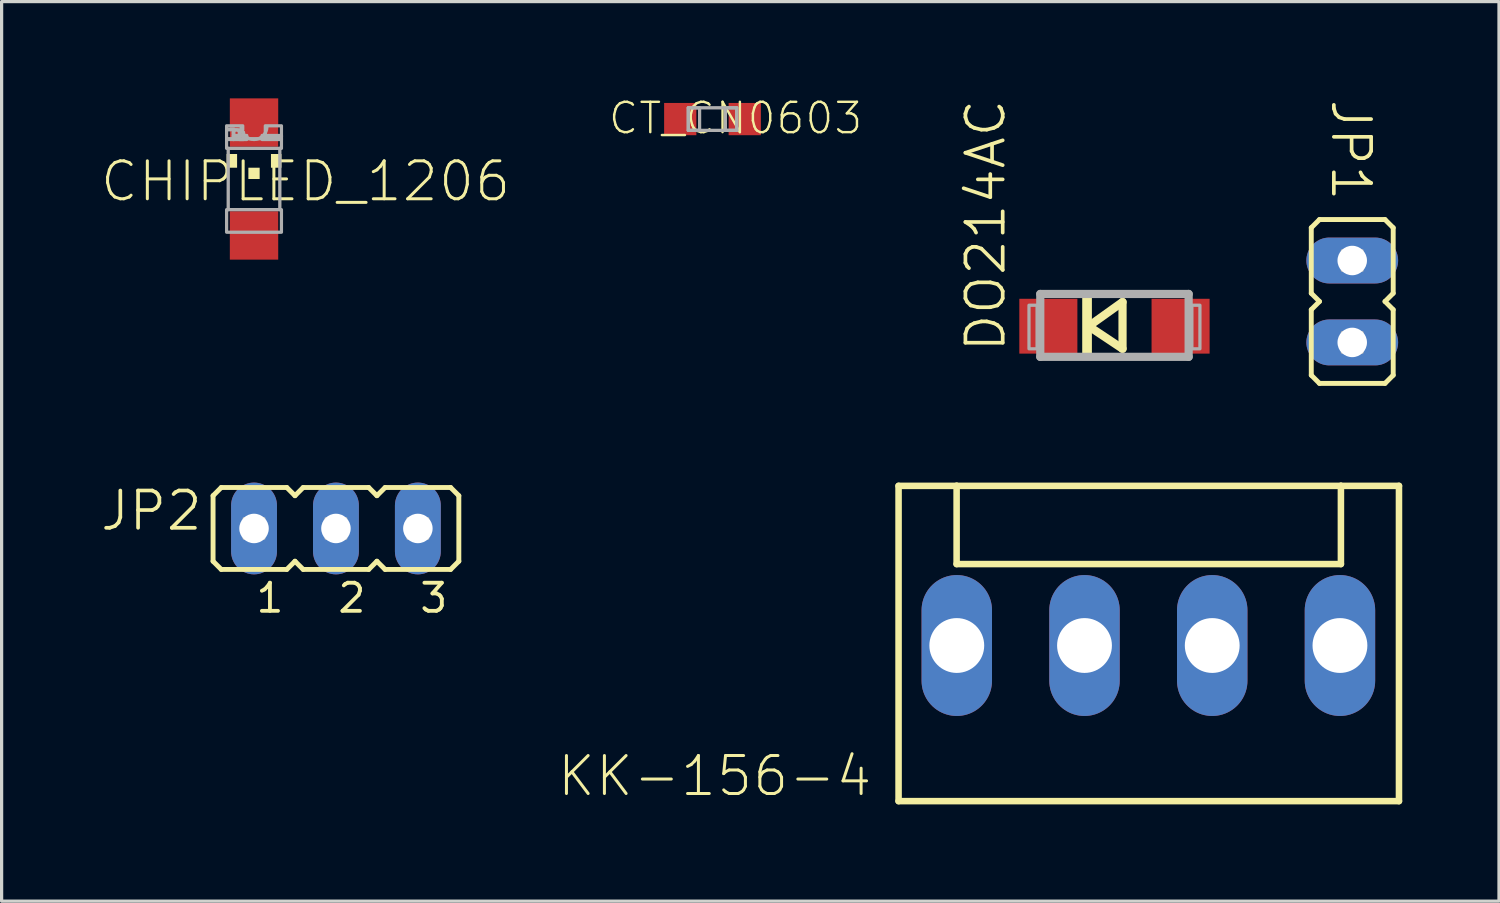
<source format=kicad_pcb>
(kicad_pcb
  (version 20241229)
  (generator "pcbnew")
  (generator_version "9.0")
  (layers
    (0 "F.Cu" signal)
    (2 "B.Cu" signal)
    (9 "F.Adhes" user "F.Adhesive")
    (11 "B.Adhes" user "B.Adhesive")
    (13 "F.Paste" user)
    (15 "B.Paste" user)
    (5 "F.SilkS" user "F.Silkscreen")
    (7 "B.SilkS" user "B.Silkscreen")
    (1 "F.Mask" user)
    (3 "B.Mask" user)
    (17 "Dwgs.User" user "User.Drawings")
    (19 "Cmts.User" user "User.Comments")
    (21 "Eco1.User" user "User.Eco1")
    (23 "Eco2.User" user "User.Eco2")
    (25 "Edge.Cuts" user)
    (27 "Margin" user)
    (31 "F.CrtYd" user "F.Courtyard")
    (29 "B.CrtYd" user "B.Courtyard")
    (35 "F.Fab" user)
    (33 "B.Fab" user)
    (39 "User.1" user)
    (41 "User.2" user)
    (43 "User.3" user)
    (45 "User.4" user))
  (footprint "CT_CN0603"
    (layer "F.Cu")
    (at 19.041 0.642)
    (property "Reference" "CT_CN0603" (at -3.278 0.524 0) (unlocked yes) (layer "F.SilkS") (effects (font (size 0.941 0.941) (thickness 0.075)) (justify left bottom)))
    (fp_line (start -0.75 -0.35) (end 0.75 -0.35) (stroke (width 0.102) (type solid)) (layer "F.Fab"))
    (fp_line (start -0.75 0.35) (end -0.75 -0.35) (stroke (width 0.102) (type solid)) (layer "F.Fab"))
    (fp_line (start 0.75 -0.35) (end 0.75 0.35) (stroke (width 0.102) (type solid)) (layer "F.Fab"))
    (fp_line (start 0.75 0.35) (end -0.75 0.35) (stroke (width 0.102) (type solid)) (layer "F.Fab"))
    (fp_poly (pts (xy -0.75 0.35) (xy -0.4 0.35) (xy -0.4 -0.35) (xy -0.75 -0.35)) (stroke (width 0.1) (type default)) (fill no) (layer "F.Fab"))
    (fp_poly (pts (xy 0.75 -0.35) (xy 0.4 -0.35) (xy 0.4 0.35) (xy 0.75 0.35)) (stroke (width 0.1) (type default)) (fill no) (layer "F.Fab"))
    (pad "1" smd rect (at -1 0) (size 1 1) (layers "F.Cu" "F.Mask" "F.Paste"))
    (pad "2" smd rect (at 1 0) (size 1 1) (layers "F.Cu" "F.Mask" "F.Paste")))
  (footprint "CHIPLED_1206"
    (layer "F.Cu")
    (at 4.826 2.5)
    (property "Reference" "CHIPLED_1206" (at -4.826 0.762 0) (unlocked yes) (layer "F.SilkS") (effects (font (size 1.177 1.177) (thickness 0.093)) (justify left bottom)))
    (fp_poly (pts (xy -0.85 -0.35) (xy -0.525 -0.35) (xy -0.525 -0.775) (xy -0.85 -0.775)) (stroke (width 0) (type default)) (fill yes) (layer "F.SilkS"))
    (fp_poly (pts (xy -0.175 0) (xy 0.175 0) (xy 0.175 -0.35) (xy -0.175 -0.35)) (stroke (width 0) (type default)) (fill yes) (layer "F.SilkS"))
    (fp_poly (pts (xy 0.525 -0.35) (xy 0.85 -0.35) (xy 0.85 -0.775) (xy 0.525 -0.775)) (stroke (width 0) (type default)) (fill yes) (layer "F.SilkS"))
    (fp_line (start -0.8 0.95) (end -0.8 -0.95) (stroke (width 0.102) (type solid)) (layer "F.Fab"))
    (fp_line (start 0.8 -0.95) (end 0.8 0.95) (stroke (width 0.102) (type solid)) (layer "F.Fab"))
    (fp_arc (start 0.4 -1.625) (mid 0 -1.225) (end -0.4 -1.625) (stroke (width 0.1016) (type solid)) (layer "F.Fab"))
    (fp_circle (center -0.55 -1.425) (end -0.45 -1.425) (stroke (width 0.102) (type solid)) (fill no) (layer "F.Fab"))
    (fp_poly (pts (xy -0.85 -1.525) (xy -0.35 -1.525) (xy -0.35 -1.65) (xy -0.85 -1.65)) (stroke (width 0.1) (type default)) (fill no) (layer "F.Fab"))
    (fp_poly (pts (xy -0.85 -1.225) (xy -0.625 -1.225) (xy -0.625 -1.55) (xy -0.85 -1.55)) (stroke (width 0.1) (type default)) (fill no) (layer "F.Fab"))
    (fp_poly (pts (xy -0.85 -0.95) (xy 0.85 -0.95) (xy 0.85 -1.25) (xy -0.85 -1.25)) (stroke (width 0.1) (type default)) (fill no) (layer "F.Fab"))
    (fp_poly (pts (xy -0.85 1.65) (xy 0.85 1.65) (xy 0.85 0.95) (xy -0.85 0.95)) (stroke (width 0.1) (type default)) (fill no) (layer "F.Fab"))
    (fp_poly (pts (xy -0.65 -1.225) (xy -0.225 -1.225) (xy -0.225 -1.35) (xy -0.65 -1.35)) (stroke (width 0.1) (type default)) (fill no) (layer "F.Fab"))
    (fp_poly (pts (xy -0.45 -1.225) (xy -0.325 -1.225) (xy -0.325 -1.45) (xy -0.45 -1.45)) (stroke (width 0.1) (type default)) (fill no) (layer "F.Fab"))
    (fp_poly (pts (xy 0.25 -1.225) (xy 0.85 -1.225) (xy 0.85 -1.35) (xy 0.25 -1.35)) (stroke (width 0.1) (type default)) (fill no) (layer "F.Fab"))
    (fp_poly (pts (xy 0.35 -1.3) (xy 0.85 -1.3) (xy 0.85 -1.65) (xy 0.35 -1.65)) (stroke (width 0.1) (type default)) (fill no) (layer "F.Fab"))
    (pad "A" smd rect (at 0 1.75) (size 1.5 1.5) (layers "F.Cu" "F.Mask" "F.Paste"))
    (pad "C" smd rect (at 0 -1.75) (size 1.5 1.5) (layers "F.Cu" "F.Mask" "F.Paste")))
  (footprint "JP2"
    (layer "F.Cu")
    (at 7.366 13.335)
    (property "Reference" "JP2" (at -7.366 0.127 0) (unlocked yes) (layer "F.SilkS") (effects (font (size 1.156 1.156) (thickness 0.114)) (justify left bottom)))
    (fp_line (start -3.81 -1.016) (end -3.556 -1.27) (stroke (width 0.152) (type solid)) (layer "F.SilkS"))
    (fp_line (start -3.81 1.016) (end -3.81 -1.016) (stroke (width 0.152) (type solid)) (layer "F.SilkS"))
    (fp_line (start -3.81 1.016) (end -3.556 1.27) (stroke (width 0.152) (type solid)) (layer "F.SilkS"))
    (fp_line (start -1.524 -1.27) (end -3.556 -1.27) (stroke (width 0.152) (type solid)) (layer "F.SilkS"))
    (fp_line (start -1.524 -1.27) (end -1.27 -1.016) (stroke (width 0.152) (type solid)) (layer "F.SilkS"))
    (fp_line (start -1.524 1.27) (end -3.556 1.27) (stroke (width 0.152) (type solid)) (layer "F.SilkS"))
    (fp_line (start -1.524 1.27) (end -1.27 1.016) (stroke (width 0.152) (type solid)) (layer "F.SilkS"))
    (fp_line (start -1.27 -1.016) (end -1.016 -1.27) (stroke (width 0.152) (type solid)) (layer "F.SilkS"))
    (fp_line (start -1.27 1.016) (end -1.016 1.27) (stroke (width 0.152) (type solid)) (layer "F.SilkS"))
    (fp_line (start 1.016 -1.27) (end -1.016 -1.27) (stroke (width 0.152) (type solid)) (layer "F.SilkS"))
    (fp_line (start 1.016 -1.27) (end 1.27 -1.016) (stroke (width 0.152) (type solid)) (layer "F.SilkS"))
    (fp_line (start 1.016 1.27) (end -1.016 1.27) (stroke (width 0.152) (type solid)) (layer "F.SilkS"))
    (fp_line (start 1.016 1.27) (end 1.27 1.016) (stroke (width 0.152) (type solid)) (layer "F.SilkS"))
    (fp_line (start 1.27 -1.016) (end 1.524 -1.27) (stroke (width 0.152) (type solid)) (layer "F.SilkS"))
    (fp_line (start 1.27 1.016) (end 1.524 1.27) (stroke (width 0.152) (type solid)) (layer "F.SilkS"))
    (fp_line (start 3.556 -1.27) (end 1.524 -1.27) (stroke (width 0.152) (type solid)) (layer "F.SilkS"))
    (fp_line (start 3.556 -1.27) (end 3.81 -1.016) (stroke (width 0.152) (type solid)) (layer "F.SilkS"))
    (fp_line (start 3.556 1.27) (end 1.524 1.27) (stroke (width 0.152) (type solid)) (layer "F.SilkS"))
    (fp_line (start 3.556 1.27) (end 3.81 1.016) (stroke (width 0.152) (type solid)) (layer "F.SilkS"))
    (fp_line (start 3.81 -1.016) (end 3.81 1.016) (stroke (width 0.152) (type solid)) (layer "F.SilkS"))
    (fp_poly (pts (xy -2.845 0.305) (xy -2.235 0.305) (xy -2.235 -0.305) (xy -2.845 -0.305)) (stroke (width 0.1) (type default)) (fill no) (layer "F.Fab"))
    (fp_poly (pts (xy -0.305 0.305) (xy 0.305 0.305) (xy 0.305 -0.305) (xy -0.305 -0.305)) (stroke (width 0.1) (type default)) (fill no) (layer "F.Fab"))
    (fp_poly (pts (xy 2.235 0.305) (xy 2.845 0.305) (xy 2.845 -0.305) (xy 2.235 -0.305)) (stroke (width 0.1) (type default)) (fill no) (layer "F.Fab"))
    (fp_text user "2" (at 0 2.667 0) (unlocked yes) (layer "F.SilkS") (effects (font (size 0.872 0.872) (thickness 0.119)) (justify left bottom)))
    (fp_text user "1" (at -2.54 2.667 0) (unlocked yes) (layer "F.SilkS") (effects (font (size 0.872 0.872) (thickness 0.119)) (justify left bottom)))
    (fp_text user "3" (at 2.54 2.667 0) (unlocked yes) (layer "F.SilkS") (effects (font (size 0.872 0.872) (thickness 0.119)) (justify left bottom)))
    (pad "1" thru_hole oval (at -2.54 0 90) (size 2.845 1.422) (drill 0.914) (layers "*.Cu" "*.Mask"))
    (pad "2" thru_hole oval (at 0 0 90) (size 2.845 1.422) (drill 0.914) (layers "*.Cu" "*.Mask"))
    (pad "3" thru_hole oval (at 2.54 0 90) (size 2.845 1.422) (drill 0.914) (layers "*.Cu" "*.Mask")))
  (footprint "DO214AC"
    (layer "F.Cu")
    (at 31.504 7.064)
    (property "Reference" "DO214AC" (at -3.318 0.862 90) (unlocked yes) (layer "F.SilkS") (effects (font (size 1.156 1.156) (thickness 0.114)) (justify left bottom)))
    (fp_line (start -0.8 0) (end 0.25 -0.75) (stroke (width 0.254) (type solid)) (layer "F.SilkS"))
    (fp_line (start 0.25 -0.75) (end 0.25 0.7) (stroke (width 0.254) (type solid)) (layer "F.SilkS"))
    (fp_line (start 0.25 0.7) (end -0.8 0) (stroke (width 0.254) (type solid)) (layer "F.SilkS"))
    (fp_poly (pts (xy -1 1.05) (xy -0.7 1.05) (xy -0.7 -1.05) (xy -1 -1.05)) (stroke (width 0) (type default)) (fill yes) (layer "F.SilkS"))
    (fp_line (start -2.3 -1) (end 2.3 -1) (stroke (width 0.254) (type solid)) (layer "F.Fab"))
    (fp_line (start -2.3 0.95) (end -2.3 -1) (stroke (width 0.254) (type solid)) (layer "F.Fab"))
    (fp_line (start 2.3 -1) (end 2.3 0.95) (stroke (width 0.254) (type solid)) (layer "F.Fab"))
    (fp_line (start 2.3 0.95) (end -2.3 0.95) (stroke (width 0.254) (type solid)) (layer "F.Fab"))
    (fp_poly (pts (xy -2.65 0.7) (xy -2.4 0.7) (xy -2.4 -0.65) (xy -2.65 -0.65)) (stroke (width 0.1) (type default)) (fill no) (layer "F.Fab"))
    (fp_poly (pts (xy 2.4 0.7) (xy 2.65 0.7) (xy 2.65 -0.65) (xy 2.4 -0.65)) (stroke (width 0.1) (type default)) (fill no) (layer "F.Fab"))
    (pad "A" smd rect (at 2.05 0) (size 1.8 1.7) (layers "F.Cu" "F.Mask" "F.Paste"))
    (pad "C" smd rect (at -2.05 0) (size 1.8 1.7) (layers "F.Cu" "F.Mask" "F.Paste")))
  (footprint "JP1"
    (layer "F.Cu")
    (at 38.876 6.297)
    (property "Reference" "JP1" (at 0.635 -3.048 270) (unlocked yes) (layer "F.SilkS") (effects (font (size 1.156 1.156) (thickness 0.114)) (justify right top)))
    (fp_line (start -1.27 -2.286) (end -1.27 -0.254) (stroke (width 0.152) (type solid)) (layer "F.SilkS"))
    (fp_line (start -1.27 -2.286) (end -1.016 -2.54) (stroke (width 0.152) (type solid)) (layer "F.SilkS"))
    (fp_line (start -1.27 0.254) (end -1.27 2.286) (stroke (width 0.152) (type solid)) (layer "F.SilkS"))
    (fp_line (start -1.016 0) (end -1.27 -0.254) (stroke (width 0.152) (type solid)) (layer "F.SilkS"))
    (fp_line (start -1.016 0) (end -1.27 0.254) (stroke (width 0.152) (type solid)) (layer "F.SilkS"))
    (fp_line (start -1.016 2.54) (end -1.27 2.286) (stroke (width 0.152) (type solid)) (layer "F.SilkS"))
    (fp_line (start -1.016 2.54) (end 1.016 2.54) (stroke (width 0.152) (type solid)) (layer "F.SilkS"))
    (fp_line (start 1.016 -2.54) (end -1.016 -2.54) (stroke (width 0.152) (type solid)) (layer "F.SilkS"))
    (fp_line (start 1.016 0) (end 1.27 -0.254) (stroke (width 0.152) (type solid)) (layer "F.SilkS"))
    (fp_line (start 1.016 0) (end 1.27 0.254) (stroke (width 0.152) (type solid)) (layer "F.SilkS"))
    (fp_line (start 1.016 2.54) (end 1.27 2.286) (stroke (width 0.152) (type solid)) (layer "F.SilkS"))
    (fp_line (start 1.27 -2.286) (end 1.016 -2.54) (stroke (width 0.152) (type solid)) (layer "F.SilkS"))
    (fp_line (start 1.27 -2.286) (end 1.27 -0.254) (stroke (width 0.152) (type solid)) (layer "F.SilkS"))
    (fp_line (start 1.27 0.254) (end 1.27 2.286) (stroke (width 0.152) (type solid)) (layer "F.SilkS"))
    (fp_poly (pts (xy -0.305 -0.965) (xy 0.305 -0.965) (xy 0.305 -1.575) (xy -0.305 -1.575)) (stroke (width 0.1) (type default)) (fill no) (layer "F.Fab"))
    (fp_poly (pts (xy -0.305 1.575) (xy 0.305 1.575) (xy 0.305 0.965) (xy -0.305 0.965)) (stroke (width 0.1) (type default)) (fill no) (layer "F.Fab"))
    (pad "1" thru_hole oval (at 0 1.27) (size 2.845 1.422) (drill 0.914) (layers "*.Cu" "*.Mask"))
    (pad "2" thru_hole oval (at 0 -1.27) (size 2.845 1.422) (drill 0.914) (layers "*.Cu" "*.Mask")))
  (footprint "KK-156-4"
    (layer "F.Cu")
    (at 32.555 16.964)
    (property "Reference" "KK-156-4" (at -8.509 3.36 0) (unlocked yes) (layer "F.SilkS") (effects (font (size 1.177 1.177) (thickness 0.093)) (justify right top)))
    (fp_line (start -7.745 -4.95) (end -7.745 4.825) (stroke (width 0.203) (type solid)) (layer "F.SilkS"))
    (fp_line (start -7.745 4.825) (end 7.77 4.825) (stroke (width 0.203) (type solid)) (layer "F.SilkS"))
    (fp_line (start -5.945 -4.95) (end -7.745 -4.95) (stroke (width 0.203) (type solid)) (layer "F.SilkS"))
    (fp_line (start -5.945 -2.525) (end -5.945 -4.95) (stroke (width 0.203) (type solid)) (layer "F.SilkS"))
    (fp_line (start -5.945 -2.525) (end 5.97 -2.525) (stroke (width 0.203) (type solid)) (layer "F.SilkS"))
    (fp_line (start 5.97 -4.95) (end -5.945 -4.95) (stroke (width 0.203) (type solid)) (layer "F.SilkS"))
    (fp_line (start 5.97 -2.525) (end 5.97 -4.95) (stroke (width 0.203) (type solid)) (layer "F.SilkS"))
    (fp_line (start 7.77 -4.95) (end 5.97 -4.95) (stroke (width 0.203) (type solid)) (layer "F.SilkS"))
    (fp_line (start 7.77 4.825) (end 7.77 -4.95) (stroke (width 0.203) (type solid)) (layer "F.SilkS"))
    (pad "1" thru_hole oval (at -5.94 0 90) (size 4.369 2.184) (drill 1.7) (layers "*.Cu" "*.Mask"))
    (pad "2" thru_hole oval (at -1.98 0 90) (size 4.369 2.184) (drill 1.7) (layers "*.Cu" "*.Mask"))
    (pad "3" thru_hole oval (at 1.98 0 90) (size 4.369 2.184) (drill 1.7) (layers "*.Cu" "*.Mask"))
    (pad "4" thru_hole oval (at 5.94 0 90) (size 4.369 2.184) (drill 1.7) (layers "*.Cu" "*.Mask")))
  (gr_rect
    (start -3 -3)
    (end 43.426 24.891)
    (stroke (width 0.1) (type default))
    (fill no)
    (layer "Edge.Cuts")))
</source>
